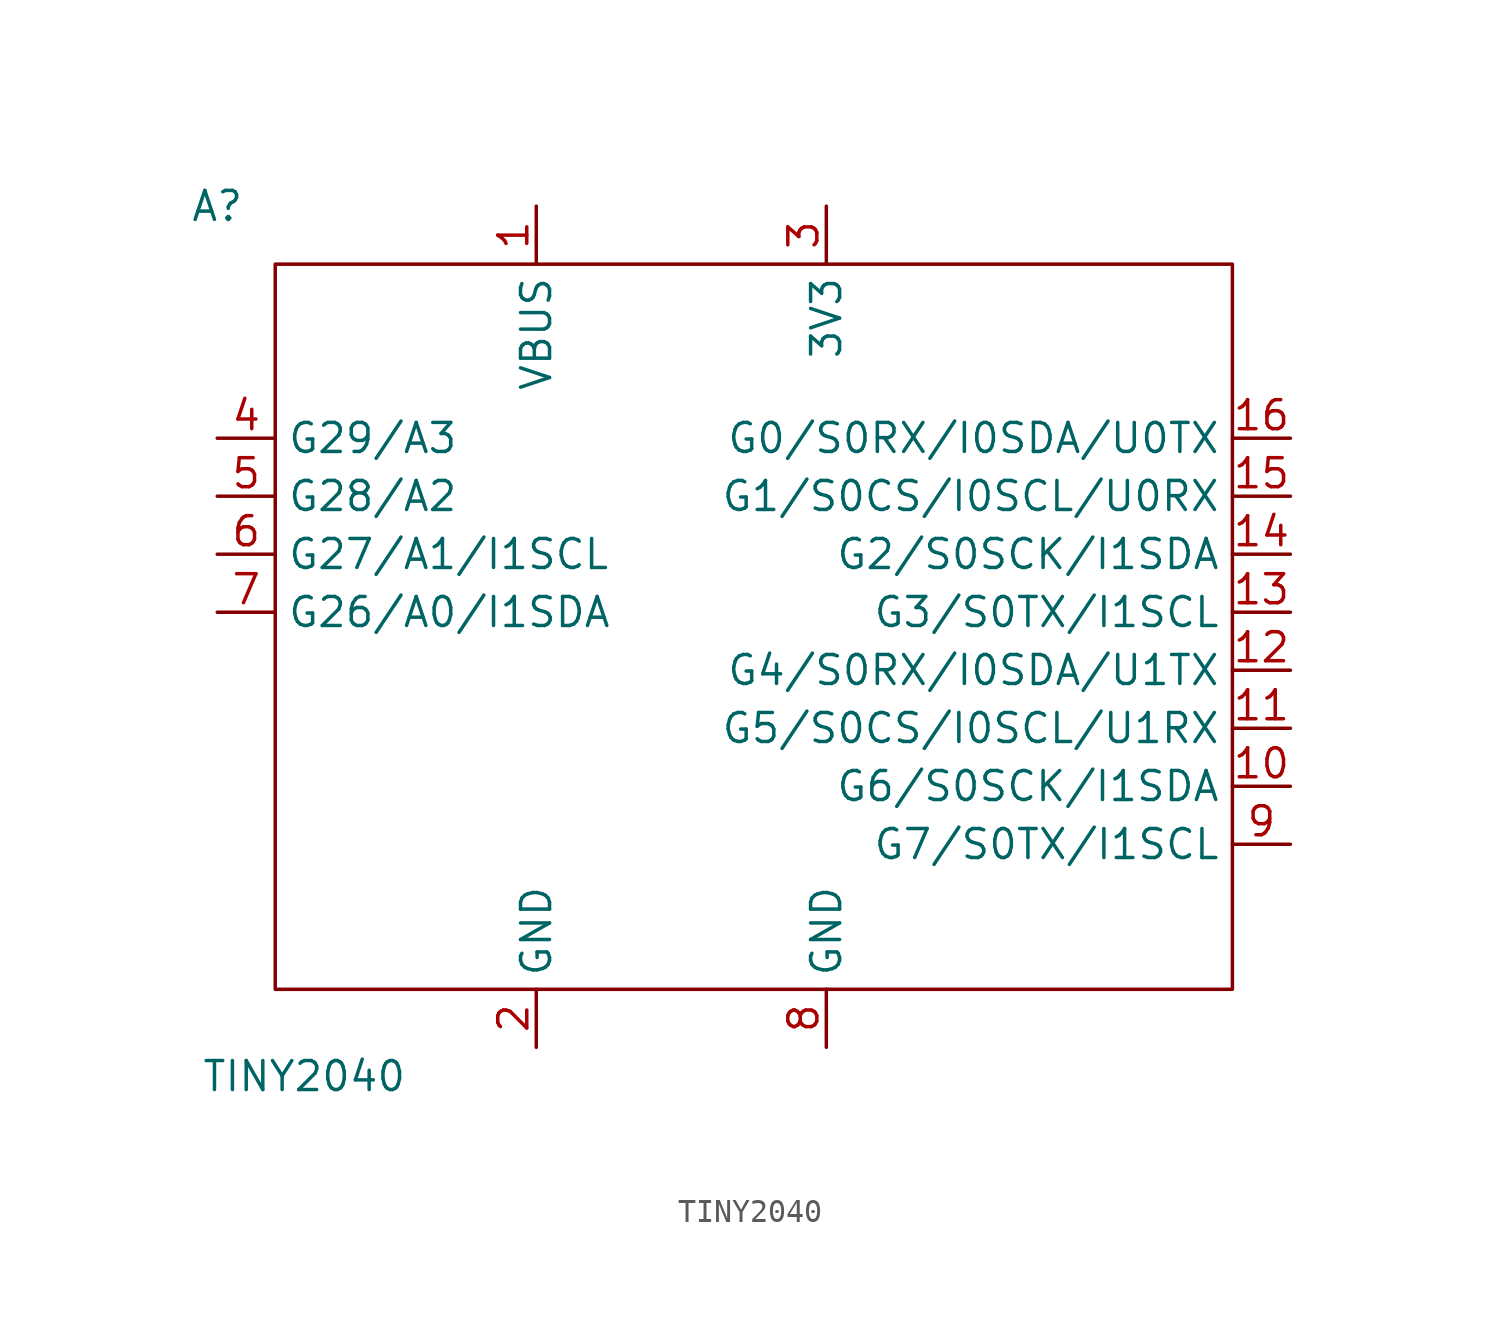
<source format=kicad_sym>
(kicad_symbol_lib
  (version 20241209)
  (generator "kicad_symbol_editor")
  (generator_version "9.0")
  (symbol "TINY2040"
    (property "Reference" "A"
      (at 0 0 0)
      (effects (font (size 1.27 1.27))))
    (property "Value" "TINY2040"
      (at 3.81 -38.1 0)
      (effects (font (size 1.27 1.27))))
    (symbol "TINY2040_0_1"
      (rectangle (start 2.54 -2.54) (end 44.45 -34.29) (stroke (width 0) (type default)) (fill (type none))))
    (symbol "TINY2040_1_1"
      (pin bidirectional line (at 0 -10.16 0) (length 2.54) (name "G29/A3" (effects (font (size 1.27 1.27)))) (number "4" (effects (font (size 1.27 1.27)))))
      (pin bidirectional line (at 0 -12.7 0) (length 2.54) (name "G28/A2" (effects (font (size 1.27 1.27)))) (number "5" (effects (font (size 1.27 1.27)))))
      (pin bidirectional line (at 0 -15.24 0) (length 2.54) (name "G27/A1/I1SCL" (effects (font (size 1.27 1.27)))) (number "6" (effects (font (size 1.27 1.27)))))
      (pin bidirectional line (at 0 -17.78 0) (length 2.54) (name "G26/A0/I1SDA" (effects (font (size 1.27 1.27)))) (number "7" (effects (font (size 1.27 1.27)))))
      (pin power_out line (at 13.97 0 270) (length 2.54) (name "VBUS" (effects (font (size 1.27 1.27)))) (number "1" (effects (font (size 1.27 1.27)))))
      (pin power_out line (at 13.97 -36.83 90) (length 2.54) (name "GND" (effects (font (size 1.27 1.27)))) (number "2" (effects (font (size 1.27 1.27)))))
      (pin power_out line (at 26.67 0 270) (length 2.54) (name "3V3" (effects (font (size 1.27 1.27)))) (number "3" (effects (font (size 1.27 1.27)))))
      (pin power_in line (at 26.67 -36.83 90) (length 2.54) (name "GND" (effects (font (size 1.27 1.27)))) (number "8" (effects (font (size 1.27 1.27)))))
      (pin bidirectional line (at 46.99 -10.16 180) (length 2.54) (name "G0/S0RX/I0SDA/U0TX" (effects (font (size 1.27 1.27)))) (number "16" (effects (font (size 1.27 1.27)))))
      (pin bidirectional line (at 46.99 -12.7 180) (length 2.54) (name "G1/S0CS/I0SCL/U0RX" (effects (font (size 1.27 1.27)))) (number "15" (effects (font (size 1.27 1.27)))))
      (pin bidirectional line (at 46.99 -15.24 180) (length 2.54) (name "G2/S0SCK/I1SDA" (effects (font (size 1.27 1.27)))) (number "14" (effects (font (size 1.27 1.27)))))
      (pin bidirectional line (at 46.99 -17.78 180) (length 2.54) (name "G3/S0TX/I1SCL" (effects (font (size 1.27 1.27)))) (number "13" (effects (font (size 1.27 1.27)))))
      (pin bidirectional line (at 46.99 -20.32 180) (length 2.54) (name "G4/S0RX/I0SDA/U1TX" (effects (font (size 1.27 1.27)))) (number "12" (effects (font (size 1.27 1.27)))))
      (pin bidirectional line (at 46.99 -22.86 180) (length 2.54) (name "G5/S0CS/I0SCL/U1RX" (effects (font (size 1.27 1.27)))) (number "11" (effects (font (size 1.27 1.27)))))
      (pin bidirectional line (at 46.99 -25.4 180) (length 2.54) (name "G6/S0SCK/I1SDA" (effects (font (size 1.27 1.27)))) (number "10" (effects (font (size 1.27 1.27)))))
      (pin bidirectional line (at 46.99 -27.94 180) (length 2.54) (name "G7/S0TX/I1SCL" (effects (font (size 1.27 1.27)))) (number "9" (effects (font (size 1.27 1.27))))))))
</source>
